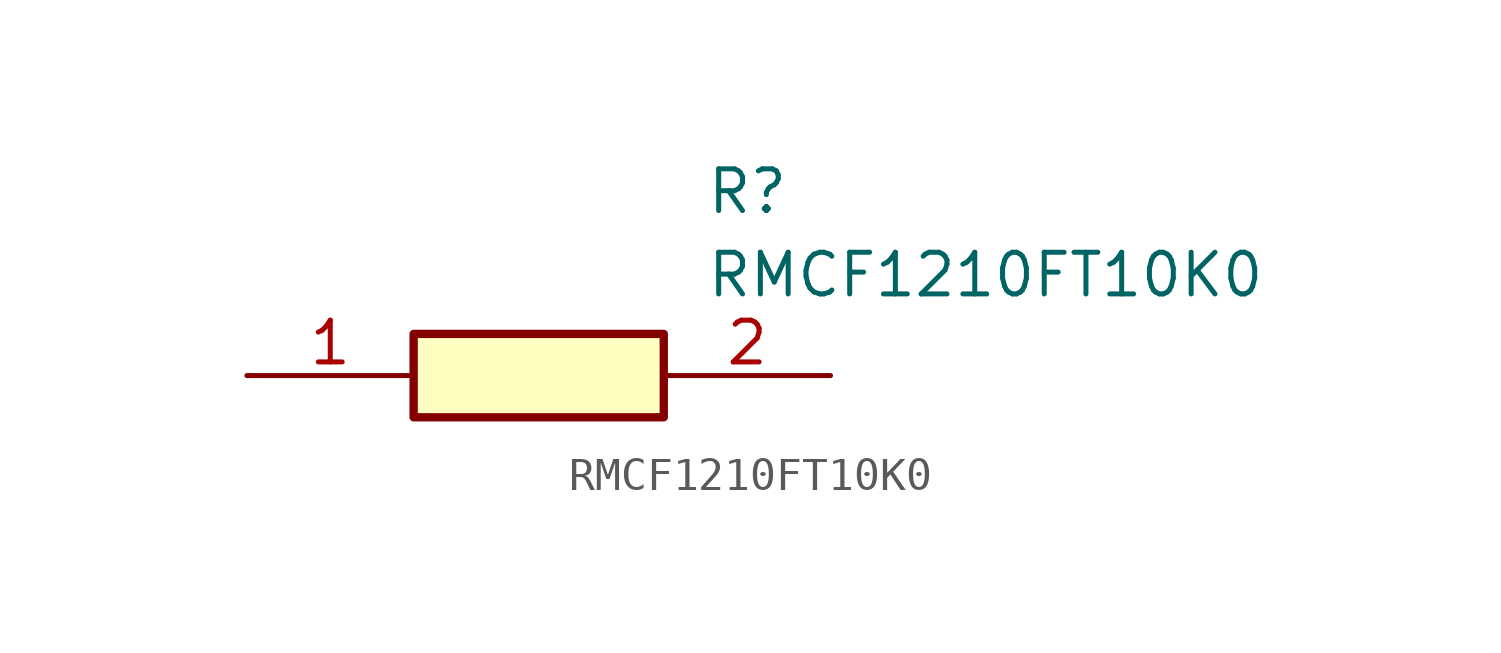
<source format=kicad_sym>
(kicad_symbol_lib
  (version 20211014)
  (generator SamacSys_ECAD_Model)
  (symbol "RMCF1210FT10K0"
    (pin_names hide)
    (property "Reference" "R"
      (at 13.97 6.35 0)
      (effects (font (size 1.27 1.27)) (justify left top)))
    (property "Value" "RMCF1210FT10K0"
      (at 13.97 3.81 0)
      (effects (font (size 1.27 1.27)) (justify left top)))
    (rectangle
      (start 5.08 1.27)
      (end 12.7 -1.27)
      (stroke (width 0.254) (type default))
      (fill (type background)))
    (pin passive line
      (at 0 0 0)
      (length 5.08)
      (name "1" (effects (font (size 1.27 1.27))))
      (number "1" (effects (font (size 1.27 1.27)))))
    (pin passive line
      (at 17.78 0 180)
      (length 5.08)
      (name "2" (effects (font (size 1.27 1.27))))
      (number "2" (effects (font (size 1.27 1.27)))))))
</source>
